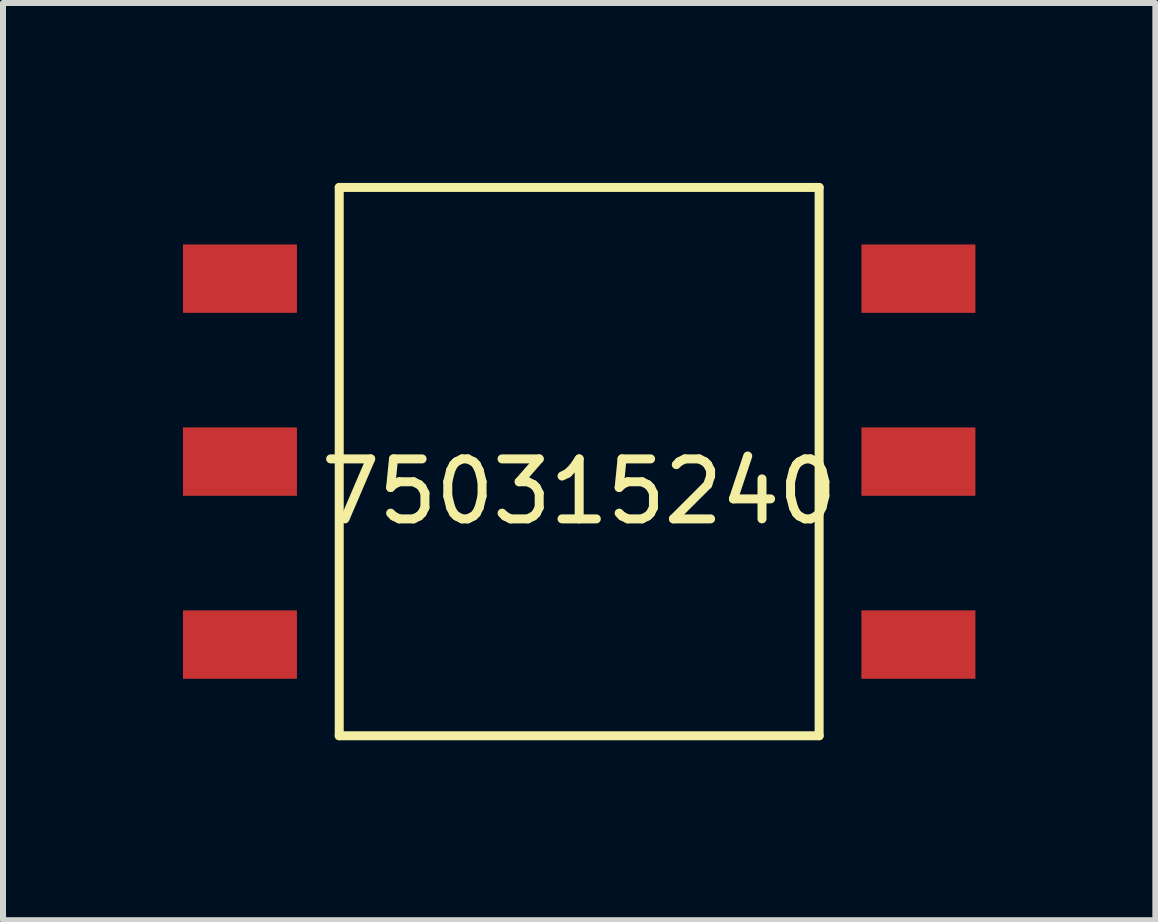
<source format=kicad_pcb>
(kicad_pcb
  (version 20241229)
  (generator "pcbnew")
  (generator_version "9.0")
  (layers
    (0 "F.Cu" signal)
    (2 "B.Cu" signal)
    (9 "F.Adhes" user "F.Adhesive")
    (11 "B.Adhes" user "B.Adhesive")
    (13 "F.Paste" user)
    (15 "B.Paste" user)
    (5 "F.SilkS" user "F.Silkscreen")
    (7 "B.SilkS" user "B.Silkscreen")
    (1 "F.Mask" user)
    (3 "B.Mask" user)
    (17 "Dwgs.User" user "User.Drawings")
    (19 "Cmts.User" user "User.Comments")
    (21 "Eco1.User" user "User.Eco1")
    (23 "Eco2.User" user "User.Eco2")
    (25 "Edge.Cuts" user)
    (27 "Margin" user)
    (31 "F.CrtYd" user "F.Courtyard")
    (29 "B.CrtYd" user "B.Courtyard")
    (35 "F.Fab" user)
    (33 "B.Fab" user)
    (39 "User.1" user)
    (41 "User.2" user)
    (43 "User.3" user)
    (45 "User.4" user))
  (footprint "750315240"
    (layer "F.Cu")
    (at 6.605 4.645)
    (property "Reference" "750315240" (at 0 0.5 0) (layer "F.SilkS") (effects (font (size 1 1) (thickness 0.15))))
    (attr through_hole)
    (fp_line (start -4 -4.57) (end -4 4.57) (stroke (width 0.15) (type solid)) (layer "F.SilkS"))
    (fp_line (start -4 4.57) (end 4 4.57) (stroke (width 0.15) (type solid)) (layer "F.SilkS"))
    (fp_line (start 4 -4.57) (end -4 -4.57) (stroke (width 0.15) (type solid)) (layer "F.SilkS"))
    (fp_line (start 4 4.57) (end 4 -4.57) (stroke (width 0.15) (type solid)) (layer "F.SilkS"))
    (pad "1" smd rect (at -5.655 -3.05) (size 1.9 1.14) (layers "F.Cu" "F.Mask" "F.Paste"))
    (pad "1" smd rect (at -5.655 0) (size 1.9 1.14) (layers "F.Cu" "F.Mask" "F.Paste"))
    (pad "1" smd rect (at -5.655 3.05) (size 1.9 1.14) (layers "F.Cu" "F.Mask" "F.Paste"))
    (pad "1" smd rect (at 5.655 -3.05) (size 1.9 1.14) (layers "F.Cu" "F.Mask" "F.Paste"))
    (pad "1" smd rect (at 5.655 0) (size 1.9 1.14) (layers "F.Cu" "F.Mask" "F.Paste"))
    (pad "1" smd rect (at 5.655 3.05) (size 1.9 1.14) (layers "F.Cu" "F.Mask" "F.Paste")))
  (gr_rect
    (start -3 -3)
    (end 16.21 12.29)
    (stroke (width 0.1) (type default))
    (fill no)
    (layer "Edge.Cuts")))
</source>
